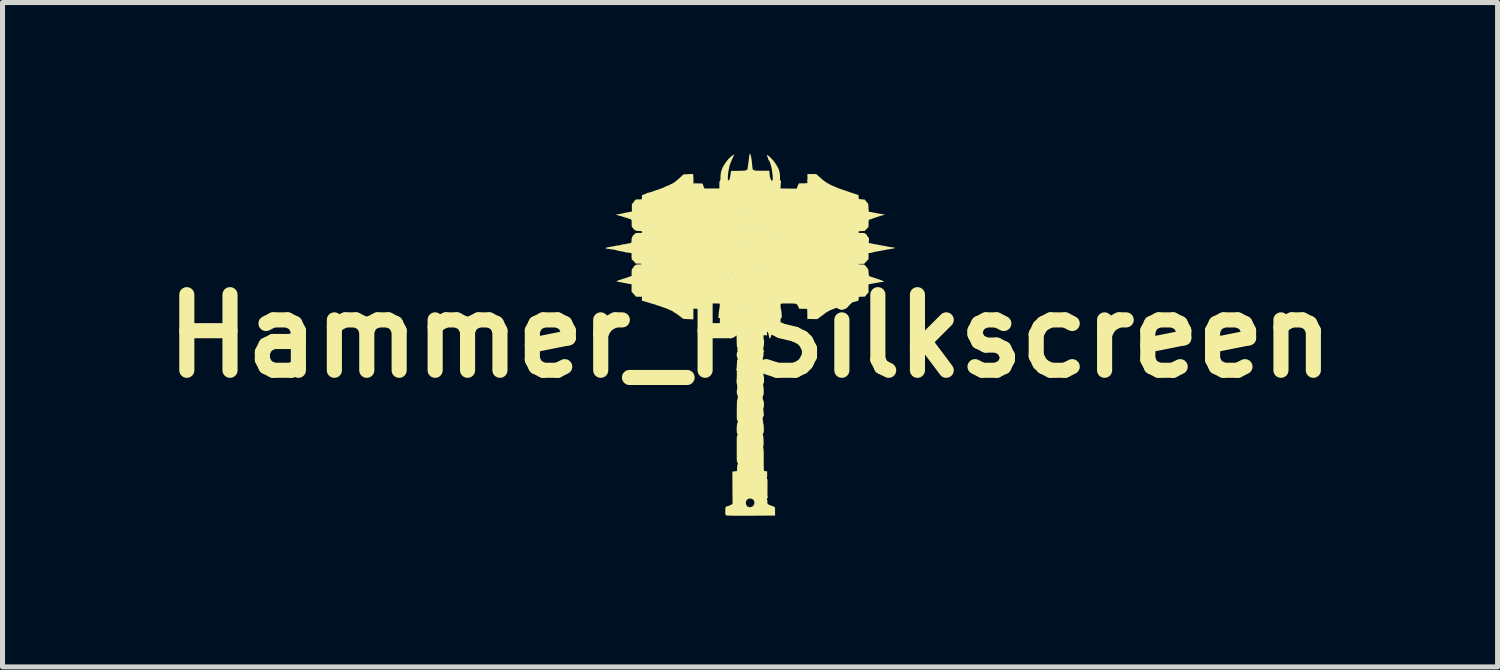
<source format=kicad_pcb>
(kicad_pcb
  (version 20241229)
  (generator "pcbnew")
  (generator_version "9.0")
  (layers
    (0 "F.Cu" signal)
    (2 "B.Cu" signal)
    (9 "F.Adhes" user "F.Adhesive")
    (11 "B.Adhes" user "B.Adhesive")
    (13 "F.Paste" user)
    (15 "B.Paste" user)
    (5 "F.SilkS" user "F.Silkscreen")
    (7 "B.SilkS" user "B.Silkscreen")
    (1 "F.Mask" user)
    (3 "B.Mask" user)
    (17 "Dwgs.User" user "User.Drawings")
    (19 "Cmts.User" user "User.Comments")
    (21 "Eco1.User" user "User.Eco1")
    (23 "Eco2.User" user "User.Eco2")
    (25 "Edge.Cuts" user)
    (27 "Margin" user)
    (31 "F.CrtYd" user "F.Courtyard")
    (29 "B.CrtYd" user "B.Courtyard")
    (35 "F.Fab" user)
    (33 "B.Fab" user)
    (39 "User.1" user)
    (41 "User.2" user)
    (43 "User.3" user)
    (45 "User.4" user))
  (footprint "Hammer_FSilkscreen"
    (layer "F.Cu")
    (at 11.836 3.62)
    (property "Reference" "Hammer_FSilkscreen" (at 0 0 0) (layer "F.SilkS") (effects (font (size 1.5 1.5) (thickness 0.3))))
    (attr board_only exclude_from_pos_files exclude_from_bom)
    (fp_poly (pts (xy -2.492 -2.348) (xy -2.496 -2.344) (xy -2.5 -2.348) (xy -2.496 -2.352)) (stroke (width 0) (type solid)) (fill yes) (layer "F.SilkS"))
    (fp_poly (pts (xy -2.328 -0.84) (xy -2.332 -0.836) (xy -2.336 -0.84) (xy -2.332 -0.844)) (stroke (width 0) (type solid)) (fill yes) (layer "F.SilkS"))
    (fp_poly (pts (xy -0.906 -2.973) (xy -0.91 -2.969) (xy -0.914 -2.973) (xy -0.91 -2.977)) (stroke (width 0) (type solid)) (fill yes) (layer "F.SilkS"))
    (fp_poly (pts (xy -0.391 -3.317) (xy -0.395 -3.313) (xy -0.398 -3.317) (xy -0.395 -3.321)) (stroke (width 0) (type solid)) (fill yes) (layer "F.SilkS"))
    (fp_poly (pts (xy 0.07 3.278) (xy 0.066 3.281) (xy 0.063 3.278) (xy 0.066 3.274)) (stroke (width 0) (type solid)) (fill yes) (layer "F.SilkS"))
    (fp_poly (pts (xy 0.07 3.356) (xy 0.066 3.36) (xy 0.063 3.356) (xy 0.066 3.352)) (stroke (width 0) (type solid)) (fill yes) (layer "F.SilkS"))
    (fp_poly (pts (xy 0.281 1.692) (xy 0.277 1.695) (xy 0.273 1.692) (xy 0.277 1.688)) (stroke (width 0) (type solid)) (fill yes) (layer "F.SilkS"))
    (fp_poly (pts (xy 0.484 -3.488) (xy 0.48 -3.485) (xy 0.477 -3.488) (xy 0.48 -3.492)) (stroke (width 0) (type solid)) (fill yes) (layer "F.SilkS"))
    (fp_poly (pts (xy 1.149 -0.324) (xy 1.145 -0.32) (xy 1.141 -0.324) (xy 1.145 -0.328)) (stroke (width 0) (type solid)) (fill yes) (layer "F.SilkS"))
    (fp_poly (pts (xy 1.414 -3.145) (xy 1.41 -3.141) (xy 1.406 -3.145) (xy 1.41 -3.149)) (stroke (width 0) (type solid)) (fill yes) (layer "F.SilkS"))
    (fp_poly (pts (xy 1.602 -3.012) (xy 1.598 -3.008) (xy 1.594 -3.012) (xy 1.598 -3.016)) (stroke (width 0) (type solid)) (fill yes) (layer "F.SilkS"))
    (fp_poly (pts (xy 1.734 -2.957) (xy 1.731 -2.953) (xy 1.727 -2.957) (xy 1.731 -2.961)) (stroke (width 0) (type solid)) (fill yes) (layer "F.SilkS"))
    (fp_poly (pts (xy 1.906 -2.895) (xy 1.902 -2.891) (xy 1.899 -2.895) (xy 1.902 -2.899)) (stroke (width 0) (type solid)) (fill yes) (layer "F.SilkS"))
    (fp_poly (pts (xy 2.61 -2.379) (xy 2.606 -2.375) (xy 2.602 -2.379) (xy 2.606 -2.383)) (stroke (width 0) (type solid)) (fill yes) (layer "F.SilkS"))
    (fp_poly (pts (xy 0.279 0.276) (xy 0.28 0.285) (xy 0.279 0.286) (xy 0.274 0.285) (xy 0.273 0.281) (xy 0.276 0.275)) (stroke (width 0) (type solid)) (fill yes) (layer "F.SilkS"))
    (fp_poly (pts (xy 1.122 -0.529) (xy 1.123 -0.519) (xy 1.122 -0.518) (xy 1.118 -0.519) (xy 1.117 -0.523) (xy 1.12 -0.53)) (stroke (width 0) (type solid)) (fill yes) (layer "F.SilkS"))
    (fp_poly (pts (xy 1.669 -2.99) (xy 1.668 -2.985) (xy 1.664 -2.985) (xy 1.658 -2.987) (xy 1.659 -2.99) (xy 1.668 -2.991)) (stroke (width 0) (type solid)) (fill yes) (layer "F.SilkS"))
    (fp_poly (pts (xy 2.365 -2.607) (xy 2.366 -2.598) (xy 2.365 -2.597) (xy 2.36 -2.598) (xy 2.36 -2.602) (xy 2.362 -2.608)) (stroke (width 0) (type solid)) (fill yes) (layer "F.SilkS"))
    (fp_poly (pts (xy 0.004 -3.612) (xy 0.013 -3.592) (xy 0.021 -3.556) (xy 0.029 -3.507) (xy 0.037 -3.443) (xy 0.042 -3.396) (xy 0.046 -3.356) (xy 0.049 -3.329) (xy 0.053 -3.312) (xy 0.057 -3.304) (xy 0.063 -3.3) (xy 0.068 -3.298) (xy 0.082 -3.294) (xy 0.086 -3.289) (xy 0.093 -3.286) (xy 0.115 -3.284) (xy 0.147 -3.283) (xy 0.19 -3.282) (xy 0.234 -3.281) (xy 0.382 -3.281) (xy 0.387 -3.221) (xy 0.392 -3.174) (xy 0.401 -3.138) (xy 0.414 -3.108) (xy 0.421 -3.095) (xy 0.43 -3.083) (xy 0.436 -3.083) (xy 0.443 -3.091) (xy 0.448 -3.101) (xy 0.45 -3.116) (xy 0.45 -3.14) (xy 0.448 -3.172) (xy 0.444 -3.217) (xy 0.437 -3.274) (xy 0.437 -3.278) (xy 0.43 -3.318) (xy 0.421 -3.36) (xy 0.41 -3.4) (xy 0.398 -3.437) (xy 0.386 -3.466) (xy 0.375 -3.486) (xy 0.367 -3.492) (xy 0.362 -3.497) (xy 0.363 -3.499) (xy 0.362 -3.51) (xy 0.356 -3.529) (xy 0.347 -3.551) (xy 0.336 -3.58) (xy 0.331 -3.596) (xy 0.334 -3.6) (xy 0.344 -3.59) (xy 0.356 -3.58) (xy 0.362 -3.578) (xy 0.374 -3.572) (xy 0.392 -3.556) (xy 0.415 -3.533) (xy 0.441 -3.505) (xy 0.467 -3.474) (xy 0.49 -3.444) (xy 0.505 -3.422) (xy 0.539 -3.368) (xy 0.563 -3.322) (xy 0.579 -3.279) (xy 0.589 -3.236) (xy 0.593 -3.188) (xy 0.594 -3.159) (xy 0.594 -3.122) (xy 0.595 -3.099) (xy 0.598 -3.087) (xy 0.602 -3.083) (xy 0.605 -3.083) (xy 0.613 -3.083) (xy 0.614 -3.072) (xy 0.614 -3.065) (xy 0.611 -3.046) (xy 0.609 -3.018) (xy 0.607 -2.987) (xy 0.603 -2.93) (xy 0.762 -2.928) (xy 0.921 -2.926) (xy 0.946 -2.979) (xy 0.966 -3.024) (xy 1.133 -3.024) (xy 1.136 -3.017) (xy 1.138 -3.018) (xy 1.139 -3.028) (xy 1.138 -3.029) (xy 1.133 -3.028) (xy 1.133 -3.024) (xy 0.966 -3.024) (xy 0.97 -3.031) (xy 1.046 -3.031) (xy 1.087 -3.032) (xy 1.116 -3.035) (xy 1.131 -3.04) (xy 1.131 -3.041) (xy 1.139 -3.055) (xy 1.14 -3.069) (xy 1.134 -3.078) (xy 1.131 -3.078) (xy 1.125 -3.08) (xy 1.131 -3.085) (xy 1.136 -3.096) (xy 1.139 -3.12) (xy 1.139 -3.153) (xy 1.137 -3.215) (xy 1.225 -3.215) (xy 1.313 -3.215) (xy 1.342 -3.189) (xy 1.388 -3.148) (xy 1.425 -3.116) (xy 1.455 -3.091) (xy 1.48 -3.072) (xy 1.503 -3.056) (xy 1.509 -3.052) (xy 1.533 -3.038) (xy 1.551 -3.027) (xy 1.56 -3.024) (xy 1.569 -3.019) (xy 1.578 -3.013) (xy 1.591 -3.004) (xy 1.614 -2.993) (xy 1.641 -2.981) (xy 1.669 -2.97) (xy 1.693 -2.96) (xy 1.707 -2.953) (xy 1.725 -2.946) (xy 1.754 -2.935) (xy 1.792 -2.921) (xy 1.837 -2.905) (xy 1.883 -2.889) (xy 1.93 -2.873) (xy 1.973 -2.858) (xy 2.011 -2.845) (xy 2.039 -2.836) (xy 2.051 -2.833) (xy 2.065 -2.828) (xy 2.07 -2.826) (xy 2.085 -2.821) (xy 2.107 -2.813) (xy 2.117 -2.81) (xy 2.152 -2.799) (xy 2.155 -2.755) (xy 2.157 -2.731) (xy 2.162 -2.715) (xy 2.165 -2.711) (xy 2.169 -2.716) (xy 2.168 -2.718) (xy 2.171 -2.722) (xy 2.187 -2.719) (xy 2.189 -2.718) (xy 2.214 -2.714) (xy 2.243 -2.711) (xy 2.248 -2.711) (xy 2.268 -2.71) (xy 2.28 -2.707) (xy 2.282 -2.705) (xy 2.283 -2.7) (xy 2.29 -2.691) (xy 2.303 -2.675) (xy 2.324 -2.65) (xy 2.338 -2.633) (xy 2.343 -2.619) (xy 2.347 -2.593) (xy 2.35 -2.556) (xy 2.35 -2.545) (xy 2.352 -2.513) (xy 2.354 -2.487) (xy 2.356 -2.472) (xy 2.357 -2.469) (xy 2.366 -2.467) (xy 2.387 -2.464) (xy 2.416 -2.458) (xy 2.436 -2.454) (xy 2.472 -2.447) (xy 2.504 -2.44) (xy 2.528 -2.436) (xy 2.535 -2.434) (xy 2.576 -2.428) (xy 2.613 -2.422) (xy 2.643 -2.417) (xy 2.662 -2.415) (xy 2.668 -2.414) (xy 2.672 -2.412) (xy 2.664 -2.407) (xy 2.648 -2.402) (xy 2.629 -2.396) (xy 2.622 -2.395) (xy 2.599 -2.39) (xy 2.581 -2.384) (xy 2.579 -2.383) (xy 2.566 -2.378) (xy 2.543 -2.37) (xy 2.512 -2.36) (xy 2.496 -2.355) (xy 2.465 -2.344) (xy 2.44 -2.336) (xy 2.425 -2.33) (xy 2.422 -2.328) (xy 2.412 -2.324) (xy 2.403 -2.322) (xy 2.38 -2.317) (xy 2.365 -2.31) (xy 2.356 -2.298) (xy 2.352 -2.277) (xy 2.352 -2.245) (xy 2.351 -2.237) (xy 2.351 -2.168) (xy 2.314 -2.127) (xy 2.277 -2.087) (xy 2.215 -2.084) (xy 2.184 -2.082) (xy 2.165 -2.08) (xy 2.156 -2.076) (xy 2.152 -2.069) (xy 2.152 -2.064) (xy 2.152 -2.056) (xy 2.157 -2.051) (xy 2.168 -2.048) (xy 2.19 -2.047) (xy 2.216 -2.047) (xy 2.249 -2.046) (xy 2.271 -2.044) (xy 2.281 -2.04) (xy 2.281 -2.039) (xy 2.288 -2.03) (xy 2.301 -2.022) (xy 2.314 -2.013) (xy 2.317 -2.004) (xy 2.32 -1.993) (xy 2.332 -1.977) (xy 2.337 -1.972) (xy 2.35 -1.959) (xy 2.356 -1.946) (xy 2.359 -1.928) (xy 2.358 -1.901) (xy 2.358 -1.899) (xy 2.356 -1.849) (xy 2.383 -1.842) (xy 2.401 -1.839) (xy 2.43 -1.833) (xy 2.467 -1.826) (xy 2.509 -1.818) (xy 2.52 -1.816) (xy 2.568 -1.807) (xy 2.619 -1.798) (xy 2.668 -1.789) (xy 2.707 -1.781) (xy 2.707 -1.781) (xy 2.746 -1.774) (xy 2.786 -1.767) (xy 2.819 -1.762) (xy 2.83 -1.761) (xy 2.855 -1.757) (xy 2.873 -1.753) (xy 2.879 -1.75) (xy 2.874 -1.746) (xy 2.856 -1.741) (xy 2.83 -1.736) (xy 2.822 -1.735) (xy 2.792 -1.729) (xy 2.751 -1.722) (xy 2.704 -1.714) (xy 2.657 -1.705) (xy 2.649 -1.703) (xy 2.588 -1.692) (xy 2.542 -1.683) (xy 2.508 -1.677) (xy 2.485 -1.673) (xy 2.473 -1.671) (xy 2.461 -1.668) (xy 2.441 -1.663) (xy 2.43 -1.659) (xy 2.403 -1.653) (xy 2.379 -1.649) (xy 2.373 -1.649) (xy 2.352 -1.649) (xy 2.351 -1.588) (xy 2.351 -1.527) (xy 2.306 -1.48) (xy 2.262 -1.433) (xy 2.205 -1.433) (xy 2.178 -1.433) (xy 2.158 -1.431) (xy 2.149 -1.428) (xy 2.149 -1.428) (xy 2.156 -1.425) (xy 2.175 -1.423) (xy 2.202 -1.422) (xy 2.207 -1.422) (xy 2.238 -1.422) (xy 2.257 -1.42) (xy 2.27 -1.414) (xy 2.282 -1.404) (xy 2.291 -1.393) (xy 2.318 -1.362) (xy 2.336 -1.337) (xy 2.346 -1.314) (xy 2.351 -1.289) (xy 2.352 -1.26) (xy 2.353 -1.228) (xy 2.356 -1.208) (xy 2.363 -1.195) (xy 2.366 -1.193) (xy 2.38 -1.183) (xy 2.387 -1.18) (xy 2.399 -1.178) (xy 2.421 -1.171) (xy 2.452 -1.161) (xy 2.487 -1.149) (xy 2.526 -1.136) (xy 2.564 -1.123) (xy 2.599 -1.11) (xy 2.629 -1.099) (xy 2.65 -1.09) (xy 2.659 -1.085) (xy 2.66 -1.085) (xy 2.65 -1.08) (xy 2.631 -1.076) (xy 2.619 -1.074) (xy 2.585 -1.069) (xy 2.546 -1.063) (xy 2.504 -1.056) (xy 2.462 -1.048) (xy 2.423 -1.041) (xy 2.39 -1.035) (xy 2.366 -1.03) (xy 2.353 -1.027) (xy 2.352 -1.027) (xy 2.351 -1.017) (xy 2.35 -0.996) (xy 2.35 -0.967) (xy 2.35 -0.947) (xy 2.353 -0.871) (xy 2.315 -0.827) (xy 2.277 -0.782) (xy 2.217 -0.782) (xy 2.185 -0.781) (xy 2.166 -0.778) (xy 2.157 -0.772) (xy 2.155 -0.761) (xy 2.156 -0.754) (xy 2.156 -0.742) (xy 2.153 -0.722) (xy 2.153 -0.721) (xy 2.146 -0.702) (xy 2.135 -0.696) (xy 2.131 -0.695) (xy 2.115 -0.693) (xy 2.088 -0.686) (xy 2.05 -0.675) (xy 2.005 -0.661) (xy 1.954 -0.644) (xy 1.899 -0.626) (xy 1.842 -0.607) (xy 1.786 -0.587) (xy 1.731 -0.567) (xy 1.682 -0.549) (xy 1.638 -0.532) (xy 1.603 -0.518) (xy 1.578 -0.507) (xy 1.565 -0.5) (xy 1.564 -0.498) (xy 1.555 -0.493) (xy 1.552 -0.492) (xy 1.542 -0.488) (xy 1.522 -0.476) (xy 1.497 -0.458) (xy 1.477 -0.443) (xy 1.444 -0.419) (xy 1.411 -0.394) (xy 1.383 -0.373) (xy 1.372 -0.365) (xy 1.333 -0.336) (xy 1.235 -0.338) (xy 1.137 -0.34) (xy 1.136 -0.441) (xy 1.134 -0.542) (xy 1.055 -0.542) (xy 0.976 -0.541) (xy 0.955 -0.587) (xy 0.939 -0.616) (xy 0.925 -0.633) (xy 0.911 -0.641) (xy 0.896 -0.643) (xy 0.869 -0.645) (xy 0.833 -0.647) (xy 0.792 -0.648) (xy 0.749 -0.648) (xy 0.707 -0.648) (xy 0.669 -0.647) (xy 0.638 -0.646) (xy 0.617 -0.644) (xy 0.611 -0.642) (xy 0.606 -0.631) (xy 0.605 -0.609) (xy 0.606 -0.581) (xy 0.609 -0.551) (xy 0.615 -0.524) (xy 0.617 -0.516) (xy 0.621 -0.499) (xy 0.624 -0.472) (xy 0.626 -0.439) (xy 0.627 -0.428) (xy 0.628 -0.395) (xy 0.627 -0.374) (xy 0.625 -0.363) (xy 0.619 -0.358) (xy 0.617 -0.357) (xy 0.61 -0.354) (xy 0.607 -0.345) (xy 0.604 -0.329) (xy 0.604 -0.303) (xy 0.604 -0.27) (xy 0.603 -0.236) (xy 0.603 -0.208) (xy 0.602 -0.19) (xy 0.601 -0.184) (xy 0.592 -0.181) (xy 0.573 -0.178) (xy 0.565 -0.178) (xy 0.546 -0.176) (xy 0.535 -0.179) (xy 0.528 -0.188) (xy 0.523 -0.208) (xy 0.519 -0.232) (xy 0.514 -0.254) (xy 0.508 -0.26) (xy 0.501 -0.251) (xy 0.492 -0.228) (xy 0.485 -0.205) (xy 0.477 -0.186) (xy 0.477 -0.184) (xy 0.472 -0.171) (xy 0.464 -0.146) (xy 0.453 -0.113) (xy 0.44 -0.073) (xy 0.433 -0.051) (xy 0.419 -0.005) (xy 0.407 0.027) (xy 0.399 0.046) (xy 0.392 0.051) (xy 0.386 0.045) (xy 0.381 0.028) (xy 0.375 0.002) (xy 0.369 -0.024) (xy 0.361 -0.059) (xy 0.353 -0.094) (xy 0.352 -0.098) (xy 0.345 -0.127) (xy 0.34 -0.142) (xy 0.338 -0.145) (xy 0.336 -0.137) (xy 0.336 -0.129) (xy 0.335 -0.102) (xy 0.336 -0.069) (xy 0.336 -0.057) (xy 0.337 -0.016) (xy 0.301 -0.016) (xy 0.266 -0.016) (xy 0.266 0.023) (xy 0.267 0.046) (xy 0.269 0.06) (xy 0.272 0.063) (xy 0.275 0.07) (xy 0.277 0.088) (xy 0.277 0.114) (xy 0.277 0.142) (xy 0.275 0.17) (xy 0.273 0.191) (xy 0.269 0.204) (xy 0.269 0.204) (xy 0.265 0.216) (xy 0.264 0.236) (xy 0.264 0.259) (xy 0.266 0.28) (xy 0.269 0.296) (xy 0.274 0.301) (xy 0.274 0.3) (xy 0.281 0.302) (xy 0.281 0.304) (xy 0.275 0.312) (xy 0.273 0.313) (xy 0.268 0.32) (xy 0.266 0.341) (xy 0.267 0.354) (xy 0.266 0.383) (xy 0.261 0.407) (xy 0.259 0.413) (xy 0.253 0.435) (xy 0.253 0.464) (xy 0.259 0.493) (xy 0.268 0.512) (xy 0.273 0.525) (xy 0.275 0.55) (xy 0.276 0.582) (xy 0.275 0.616) (xy 0.272 0.647) (xy 0.269 0.672) (xy 0.264 0.686) (xy 0.261 0.698) (xy 0.26 0.72) (xy 0.262 0.746) (xy 0.265 0.771) (xy 0.27 0.789) (xy 0.272 0.793) (xy 0.274 0.804) (xy 0.276 0.826) (xy 0.277 0.856) (xy 0.277 0.869) (xy 0.277 0.904) (xy 0.275 0.925) (xy 0.271 0.935) (xy 0.267 0.938) (xy 0.261 0.941) (xy 0.259 0.955) (xy 0.261 0.975) (xy 0.267 1.028) (xy 0.271 1.077) (xy 0.271 1.117) (xy 0.269 1.148) (xy 0.265 1.165) (xy 0.251 1.204) (xy 0.249 1.241) (xy 0.26 1.271) (xy 0.269 1.291) (xy 0.274 1.317) (xy 0.275 1.353) (xy 0.275 1.356) (xy 0.274 1.386) (xy 0.271 1.41) (xy 0.267 1.424) (xy 0.267 1.425) (xy 0.261 1.44) (xy 0.262 1.454) (xy 0.264 1.471) (xy 0.268 1.498) (xy 0.27 1.529) (xy 0.27 1.53) (xy 0.272 1.561) (xy 0.272 1.58) (xy 0.268 1.591) (xy 0.262 1.596) (xy 0.252 1.611) (xy 0.25 1.621) (xy 0.253 1.672) (xy 0.258 1.711) (xy 0.263 1.74) (xy 0.265 1.747) (xy 0.269 1.768) (xy 0.271 1.797) (xy 0.273 1.83) (xy 0.273 1.862) (xy 0.272 1.89) (xy 0.27 1.91) (xy 0.267 1.918) (xy 0.259 1.928) (xy 0.254 1.945) (xy 0.253 1.961) (xy 0.256 1.968) (xy 0.26 1.978) (xy 0.263 2) (xy 0.266 2.03) (xy 0.267 2.065) (xy 0.268 2.102) (xy 0.268 2.137) (xy 0.266 2.165) (xy 0.264 2.185) (xy 0.262 2.19) (xy 0.257 2.209) (xy 0.263 2.227) (xy 0.266 2.239) (xy 0.268 2.263) (xy 0.27 2.299) (xy 0.271 2.348) (xy 0.271 2.411) (xy 0.271 2.455) (xy 0.271 2.511) (xy 0.271 2.56) (xy 0.272 2.603) (xy 0.273 2.635) (xy 0.274 2.657) (xy 0.276 2.664) (xy 0.276 2.664) (xy 0.279 2.669) (xy 0.278 2.672) (xy 0.282 2.677) (xy 0.297 2.68) (xy 0.306 2.681) (xy 0.339 2.684) (xy 0.339 2.748) (xy 0.339 2.781) (xy 0.337 2.801) (xy 0.333 2.811) (xy 0.329 2.813) (xy 0.324 2.815) (xy 0.332 2.824) (xy 0.333 2.824) (xy 0.337 2.828) (xy 0.341 2.834) (xy 0.344 2.845) (xy 0.345 2.861) (xy 0.346 2.885) (xy 0.346 2.919) (xy 0.346 2.964) (xy 0.345 3.015) (xy 0.345 3.081) (xy 0.345 3.131) (xy 0.346 3.167) (xy 0.348 3.188) (xy 0.351 3.195) (xy 0.351 3.196) (xy 0.359 3.201) (xy 0.359 3.203) (xy 0.355 3.21) (xy 0.354 3.21) (xy 0.338 3.21) (xy 0.333 3.219) (xy 0.337 3.236) (xy 0.341 3.261) (xy 0.344 3.29) (xy 0.344 3.298) (xy 0.344 3.313) (xy 0.346 3.325) (xy 0.352 3.334) (xy 0.365 3.342) (xy 0.386 3.352) (xy 0.419 3.364) (xy 0.439 3.372) (xy 0.464 3.381) (xy 0.48 3.389) (xy 0.49 3.399) (xy 0.495 3.415) (xy 0.496 3.439) (xy 0.496 3.475) (xy 0.496 3.479) (xy 0.496 3.562) (xy 0.164 3.564) (xy 0.086 3.565) (xy 0.006 3.565) (xy -0.072 3.565) (xy -0.146 3.565) (xy -0.214 3.565) (xy -0.272 3.565) (xy -0.318 3.565) (xy -0.324 3.565) (xy -0.383 3.563) (xy -0.427 3.562) (xy -0.458 3.56) (xy -0.477 3.557) (xy -0.486 3.553) (xy -0.486 3.553) (xy -0.489 3.541) (xy -0.491 3.518) (xy -0.492 3.487) (xy -0.492 3.471) (xy -0.492 3.435) (xy -0.49 3.412) (xy -0.486 3.399) (xy -0.481 3.394) (xy -0.473 3.386) (xy -0.474 3.381) (xy -0.472 3.377) (xy -0.464 3.378) (xy -0.45 3.377) (xy -0.426 3.369) (xy -0.398 3.357) (xy -0.348 3.332) (xy -0.348 3.325) (xy -0.083 3.325) (xy -0.076 3.351) (xy -0.068 3.363) (xy -0.056 3.377) (xy -0.052 3.385) (xy -0.047 3.39) (xy -0.04 3.383) (xy -0.033 3.376) (xy -0.031 3.383) (xy -0.031 3.386) (xy -0.029 3.395) (xy -0.021 3.398) (xy -0.003 3.397) (xy 0.004 3.396) (xy 0.036 3.387) (xy 0.06 3.372) (xy 0.077 3.347) (xy 0.085 3.315) (xy 0.083 3.283) (xy 0.071 3.256) (xy 0.045 3.234) (xy 0.013 3.224) (xy -0.019 3.225) (xy -0.048 3.237) (xy -0.071 3.261) (xy -0.075 3.266) (xy -0.083 3.294) (xy -0.083 3.325) (xy -0.348 3.325) (xy -0.35 3.01) (xy -0.351 2.778) (xy 0.289 2.778) (xy 0.293 2.781) (xy 0.297 2.778) (xy 0.293 2.774) (xy 0.289 2.778) (xy -0.351 2.778) (xy -0.351 2.762) (xy 0.313 2.762) (xy 0.316 2.766) (xy 0.32 2.762) (xy 0.316 2.758) (xy 0.313 2.762) (xy -0.351 2.762) (xy -0.352 2.688) (xy -0.33 2.687) (xy -0.311 2.685) (xy -0.301 2.684) (xy -0.287 2.682) (xy -0.275 2.681) (xy -0.265 2.679) (xy -0.259 2.672) (xy -0.258 2.656) (xy -0.258 2.639) (xy -0.258 2.607) (xy -0.255 2.577) (xy -0.25 2.554) (xy -0.244 2.541) (xy -0.241 2.539) (xy -0.241 2.533) (xy -0.247 2.518) (xy -0.25 2.512) (xy -0.255 2.501) (xy -0.259 2.49) (xy -0.262 2.475) (xy -0.264 2.454) (xy -0.265 2.425) (xy -0.265 2.387) (xy -0.25 2.387) (xy -0.246 2.391) (xy -0.242 2.387) (xy -0.246 2.383) (xy -0.25 2.387) (xy -0.265 2.387) (xy -0.265 2.385) (xy -0.265 2.333) (xy -0.265 2.314) (xy -0.265 2.258) (xy -0.265 2.201) (xy -0.265 2.148) (xy -0.265 2.102) (xy -0.265 2.067) (xy -0.265 2.064) (xy -0.264 2.023) (xy -0.262 1.995) (xy -0.258 1.978) (xy -0.254 1.972) (xy -0.248 1.957) (xy -0.25 1.938) (xy -0.259 1.925) (xy -0.263 1.915) (xy -0.265 1.893) (xy -0.266 1.864) (xy -0.266 1.83) (xy -0.264 1.795) (xy -0.261 1.764) (xy -0.258 1.74) (xy -0.254 1.73) (xy -0.245 1.705) (xy -0.243 1.686) (xy -0.248 1.674) (xy -0.254 1.672) (xy -0.258 1.67) (xy -0.26 1.664) (xy -0.262 1.652) (xy -0.264 1.633) (xy -0.264 1.604) (xy -0.264 1.563) (xy -0.264 1.511) (xy -0.264 1.465) (xy -0.263 1.4) (xy -0.262 1.35) (xy -0.262 1.34) (xy 0.156 1.34) (xy 0.16 1.344) (xy 0.164 1.34) (xy 0.16 1.336) (xy 0.156 1.34) (xy -0.262 1.34) (xy -0.261 1.311) (xy -0.259 1.284) (xy -0.257 1.266) (xy -0.254 1.255) (xy -0.251 1.251) (xy -0.245 1.239) (xy -0.244 1.218) (xy -0.245 1.194) (xy -0.25 1.17) (xy -0.257 1.153) (xy -0.258 1.152) (xy -0.262 1.141) (xy -0.264 1.121) (xy -0.264 1.097) (xy -0.263 1.075) (xy -0.261 1.059) (xy -0.258 1.055) (xy -0.255 1.048) (xy -0.254 1.03) (xy -0.255 1.006) (xy -0.257 0.98) (xy -0.26 0.958) (xy -0.264 0.944) (xy -0.269 0.922) (xy -0.269 0.892) (xy -0.268 0.877) (xy -0.266 0.849) (xy -0.264 0.811) (xy -0.263 0.77) (xy -0.263 0.756) (xy -0.263 0.718) (xy -0.264 0.694) (xy -0.268 0.679) (xy -0.273 0.672) (xy -0.273 0.672) (xy -0.279 0.666) (xy -0.276 0.664) (xy -0.271 0.656) (xy -0.267 0.633) (xy -0.264 0.595) (xy -0.263 0.576) (xy -0.261 0.533) (xy -0.259 0.504) (xy -0.257 0.485) (xy -0.255 0.474) (xy -0.253 0.47) (xy -0.25 0.469) (xy -0.25 0.469) (xy -0.245 0.463) (xy -0.246 0.448) (xy -0.252 0.432) (xy -0.255 0.426) (xy -0.262 0.407) (xy -0.266 0.381) (xy -0.265 0.354) (xy -0.261 0.33) (xy -0.254 0.315) (xy -0.252 0.313) (xy -0.244 0.307) (xy -0.247 0.305) (xy -0.252 0.297) (xy -0.253 0.276) (xy -0.252 0.263) (xy -0.251 0.235) (xy -0.255 0.218) (xy -0.257 0.215) (xy -0.261 0.205) (xy -0.264 0.179) (xy -0.265 0.138) (xy -0.266 0.097) (xy -0.266 0.05) (xy -0.267 0.018) (xy -0.269 -0.003) (xy -0.272 -0.013) (xy -0.275 -0.014) (xy -0.29 -0.015) (xy -0.307 -0.018) (xy -0.317 -0.021) (xy -0.323 -0.026) (xy -0.327 -0.037) (xy -0.328 -0.056) (xy -0.329 -0.087) (xy -0.329 -0.096) (xy -0.33 -0.125) (xy -0.331 -0.145) (xy -0.332 -0.154) (xy -0.333 -0.152) (xy -0.338 -0.135) (xy -0.344 -0.111) (xy -0.347 -0.102) (xy -0.354 -0.076) (xy -0.363 -0.042) (xy -0.371 -0.008) (xy -0.371 -0.006) (xy -0.378 0.022) (xy -0.385 0.044) (xy -0.39 0.054) (xy -0.39 0.055) (xy -0.395 0.048) (xy -0.403 0.03) (xy -0.412 0.004) (xy -0.413 -0.002) (xy -0.423 -0.032) (xy -0.431 -0.057) (xy -0.437 -0.073) (xy -0.437 -0.074) (xy -0.442 -0.088) (xy -0.45 -0.113) (xy -0.46 -0.145) (xy -0.467 -0.168) (xy -0.481 -0.209) (xy -0.492 -0.235) (xy -0.502 -0.246) (xy -0.509 -0.242) (xy -0.513 -0.223) (xy -0.514 -0.213) (xy -0.517 -0.18) (xy -0.555 -0.18) (xy -0.578 -0.18) (xy -0.59 -0.184) (xy -0.595 -0.194) (xy -0.598 -0.206) (xy -0.6 -0.226) (xy -0.601 -0.256) (xy -0.6 -0.29) (xy -0.6 -0.296) (xy -0.599 -0.327) (xy -0.6 -0.346) (xy -0.602 -0.356) (xy -0.608 -0.359) (xy -0.615 -0.359) (xy -0.628 -0.362) (xy -0.628 -0.363) (xy 0.344 -0.363) (xy 0.348 -0.359) (xy 0.352 -0.363) (xy 0.348 -0.367) (xy 0.344 -0.363) (xy -0.628 -0.363) (xy -0.63 -0.374) (xy -0.629 -0.377) (xy -0.627 -0.394) (xy -0.624 -0.42) (xy -0.622 -0.449) (xy -0.62 -0.476) (xy -0.618 -0.488) (xy -0.25 -0.488) (xy -0.246 -0.484) (xy -0.242 -0.488) (xy -0.246 -0.492) (xy -0.25 -0.488) (xy -0.618 -0.488) (xy -0.618 -0.496) (xy -0.617 -0.504) (xy -0.617 -0.504) (xy -0.614 -0.511) (xy -0.611 -0.529) (xy -0.608 -0.555) (xy -0.604 -0.583) (xy -0.602 -0.61) (xy -0.601 -0.631) (xy -0.601 -0.642) (xy -0.601 -0.643) (xy -0.61 -0.645) (xy -0.633 -0.646) (xy -0.666 -0.647) (xy -0.707 -0.647) (xy -0.753 -0.647) (xy -0.758 -0.647) (xy -0.909 -0.645) (xy -0.926 -0.6) (xy -0.935 -0.576) (xy -0.94 -0.559) (xy -0.941 -0.552) (xy -0.946 -0.551) (xy -0.965 -0.549) (xy -0.993 -0.546) (xy -1.021 -0.544) (xy -1.065 -0.542) (xy -1.096 -0.543) (xy -1.112 -0.546) (xy -1.115 -0.548) (xy -1.119 -0.549) (xy -1.122 -0.543) (xy -1.124 -0.528) (xy -1.125 -0.503) (xy -1.125 -0.464) (xy -1.125 -0.444) (xy -1.125 -0.332) (xy -1.226 -0.336) (xy -1.267 -0.338) (xy -1.296 -0.34) (xy -1.316 -0.342) (xy -1.331 -0.347) (xy -1.342 -0.353) (xy -1.355 -0.363) (xy -1.358 -0.366) (xy -1.385 -0.388) (xy -1.416 -0.411) (xy -1.446 -0.432) (xy -1.473 -0.451) (xy -1.493 -0.463) (xy -1.505 -0.469) (xy -1.506 -0.469) (xy -1.515 -0.473) (xy -1.516 -0.475) (xy -1.522 -0.482) (xy -1.538 -0.493) (xy -1.558 -0.504) (xy -1.577 -0.512) (xy -1.59 -0.516) (xy -1.604 -0.521) (xy -1.611 -0.526) (xy -1.623 -0.533) (xy -1.646 -0.543) (xy -1.676 -0.554) (xy -1.7 -0.562) (xy -1.733 -0.573) (xy -1.762 -0.583) (xy -1.782 -0.591) (xy -1.789 -0.594) (xy -1.805 -0.599) (xy -1.827 -0.605) (xy -1.828 -0.605) (xy -1.849 -0.611) (xy -1.863 -0.617) (xy -1.864 -0.618) (xy -1.879 -0.625) (xy -1.887 -0.627) (xy -1.901 -0.631) (xy -1.925 -0.637) (xy -1.957 -0.647) (xy -1.984 -0.655) (xy -2.022 -0.666) (xy -2.057 -0.677) (xy -2.085 -0.685) (xy -2.098 -0.689) (xy -2.12 -0.695) (xy -2.137 -0.699) (xy -2.14 -0.7) (xy -2.146 -0.708) (xy -2.148 -0.727) (xy -2.147 -0.742) (xy -2.145 -0.781) (xy -2.203 -0.781) (xy -2.262 -0.781) (xy -2.307 -0.832) (xy -2.352 -0.882) (xy -2.352 -0.956) (xy -2.352 -1.029) (xy -2.381 -1.034) (xy -2.41 -1.038) (xy -2.44 -1.043) (xy -2.442 -1.043) (xy -2.469 -1.048) (xy -2.494 -1.054) (xy -2.496 -1.054) (xy -2.516 -1.059) (xy -2.544 -1.064) (xy -2.577 -1.07) (xy -2.578 -1.07) (xy -2.615 -1.076) (xy -2.638 -1.082) (xy -2.648 -1.087) (xy -2.645 -1.093) (xy -2.628 -1.101) (xy -2.596 -1.112) (xy -2.558 -1.124) (xy -2.516 -1.137) (xy -2.516 -1.137) (xy -0.43 -1.137) (xy -0.426 -1.133) (xy -0.422 -1.137) (xy -0.426 -1.141) (xy -0.43 -1.137) (xy -2.516 -1.137) (xy -2.478 -1.149) (xy -2.447 -1.159) (xy -2.426 -1.167) (xy -2.422 -1.168) (xy -2.393 -1.179) (xy -2.375 -1.186) (xy -2.364 -1.189) (xy -2.359 -1.189) (xy -2.358 -1.189) (xy -2.354 -1.189) (xy -2.352 -1.193) (xy -2.351 -1.204) (xy -2.351 -1.225) (xy -2.351 -1.254) (xy -0.375 -1.254) (xy -0.371 -1.25) (xy -0.367 -1.254) (xy -0.371 -1.258) (xy -0.375 -1.254) (xy -2.351 -1.254) (xy -2.352 -1.259) (xy -2.352 -1.263) (xy -2.351 -1.296) (xy -2.348 -1.318) (xy -2.341 -1.33) (xy -2.34 -1.331) (xy -2.331 -1.343) (xy -2.328 -1.35) (xy -2.322 -1.359) (xy -2.316 -1.363) (xy -2.307 -1.372) (xy -2.308 -1.379) (xy -2.307 -1.389) (xy -2.302 -1.391) (xy -2.289 -1.396) (xy -2.277 -1.406) (xy -2.267 -1.415) (xy -2.257 -1.418) (xy 0.242 -1.418) (xy 0.246 -1.414) (xy 0.25 -1.418) (xy 0.246 -1.422) (xy 0.242 -1.418) (xy -2.257 -1.418) (xy -2.252 -1.42) (xy -2.229 -1.422) (xy -2.206 -1.422) (xy -2.177 -1.423) (xy -2.157 -1.426) (xy -2.149 -1.43) (xy -2.149 -1.43) (xy -2.156 -1.434) (xy -2.176 -1.437) (xy -2.204 -1.438) (xy -2.209 -1.438) (xy -2.27 -1.439) (xy -2.297 -1.473) (xy -2.315 -1.493) (xy -2.331 -1.507) (xy -2.338 -1.512) (xy -2.345 -1.517) (xy -2.349 -1.527) (xy -2.351 -1.546) (xy -2.352 -1.578) (xy -2.352 -1.582) (xy -2.352 -1.647) (xy -2.393 -1.653) (xy -2.42 -1.657) (xy -2.445 -1.659) (xy -2.454 -1.66) (xy -2.472 -1.663) (xy -2.481 -1.666) (xy -2.492 -1.669) (xy -2.514 -1.674) (xy -2.543 -1.68) (xy -2.56 -1.683) (xy -2.594 -1.689) (xy -2.625 -1.696) (xy -2.648 -1.702) (xy -2.653 -1.704) (xy -2.676 -1.71) (xy -2.703 -1.715) (xy -2.707 -1.716) (xy -2.741 -1.72) (xy -2.777 -1.725) (xy -2.812 -1.731) (xy -2.841 -1.735) (xy -2.856 -1.738) (xy -2.633 -1.738) (xy -2.629 -1.734) (xy -2.625 -1.738) (xy -2.629 -1.742) (xy -2.633 -1.738) (xy -2.856 -1.738) (xy -2.86 -1.739) (xy -2.862 -1.74) (xy -2.872 -1.744) (xy -2.868 -1.75) (xy -2.851 -1.756) (xy -2.819 -1.763) (xy -2.785 -1.769) (xy -2.781 -1.77) (xy -0.008 -1.77) (xy -0.004 -1.766) (xy 0 -1.77) (xy -0.004 -1.774) (xy -0.008 -1.77) (xy -2.781 -1.77) (xy -2.749 -1.775) (xy -2.715 -1.782) (xy -2.689 -1.787) (xy -2.68 -1.789) (xy -2.657 -1.794) (xy -2.626 -1.799) (xy -2.604 -1.801) (xy -2.577 -1.805) (xy -2.558 -1.81) (xy -2.55 -1.814) (xy -2.54 -1.819) (xy -2.524 -1.82) (xy -2.505 -1.822) (xy -2.477 -1.826) (xy -2.445 -1.833) (xy -2.444 -1.833) (xy -2.415 -1.839) (xy -2.39 -1.844) (xy -2.376 -1.846) (xy -2.375 -1.847) (xy -2.363 -1.851) (xy -2.356 -1.863) (xy -2.352 -1.885) (xy -2.352 -1.907) (xy -2.349 -1.941) (xy -2.341 -1.964) (xy -2.336 -1.971) (xy -2.327 -1.985) (xy -2.326 -1.995) (xy -2.326 -1.995) (xy -2.325 -2) (xy -2.321 -2) (xy -2.31 -2.006) (xy -2.296 -2.019) (xy -2.295 -2.02) (xy 0.539 -2.02) (xy 0.543 -2.016) (xy 0.547 -2.02) (xy 0.543 -2.024) (xy 0.539 -2.02) (xy -2.295 -2.02) (xy -2.292 -2.024) (xy -2.282 -2.035) (xy -2.271 -2.042) (xy -2.257 -2.045) (xy -2.234 -2.047) (xy -2.206 -2.047) (xy -2.173 -2.047) (xy -2.154 -2.049) (xy -2.145 -2.052) (xy -2.143 -2.057) (xy -2.144 -2.059) (xy -2.148 -2.074) (xy -2.149 -2.079) (xy -2.156 -2.082) (xy -2.175 -2.085) (xy -2.202 -2.086) (xy -2.207 -2.086) (xy -2.24 -2.087) (xy -2.26 -2.09) (xy -2.266 -2.095) (xy -2.271 -2.101) (xy -2.276 -2.1) (xy -2.286 -2.103) (xy -2.3 -2.113) (xy -2.314 -2.126) (xy -2.322 -2.138) (xy -2.322 -2.141) (xy -2.327 -2.146) (xy -2.334 -2.15) (xy -2.343 -2.154) (xy -2.336 -2.156) (xy -2.329 -2.158) (xy -2.336 -2.164) (xy -2.338 -2.165) (xy -2.345 -2.171) (xy -2.349 -2.183) (xy -2.349 -2.192) (xy 0.055 -2.192) (xy 0.059 -2.188) (xy 0.063 -2.192) (xy 0.059 -2.195) (xy 0.055 -2.192) (xy -2.349 -2.192) (xy -2.35 -2.199) (xy -0.078 -2.199) (xy -0.074 -2.195) (xy -0.07 -2.199) (xy -0.074 -2.203) (xy -0.078 -2.199) (xy -2.35 -2.199) (xy -2.35 -2.203) (xy -2.35 -2.235) (xy -2.35 -2.239) (xy -2.35 -2.27) (xy -2.352 -2.295) (xy -2.355 -2.309) (xy -2.356 -2.311) (xy -2.366 -2.316) (xy -2.388 -2.324) (xy -2.418 -2.335) (xy -2.445 -2.344) (xy -2.48 -2.355) (xy -2.51 -2.364) (xy -2.531 -2.371) (xy -2.539 -2.374) (xy -2.554 -2.378) (xy -2.569 -2.383) (xy -2.589 -2.388) (xy -2.602 -2.391) (xy -2.632 -2.399) (xy -2.649 -2.404) (xy -2.654 -2.408) (xy -2.651 -2.412) (xy -2.645 -2.415) (xy -2.625 -2.419) (xy -2.605 -2.421) (xy -2.585 -2.424) (xy -2.573 -2.426) (xy -0.188 -2.426) (xy -0.184 -2.422) (xy -0.18 -2.426) (xy -0.184 -2.43) (xy -0.188 -2.426) (xy -2.573 -2.426) (xy -2.557 -2.429) (xy -2.525 -2.436) (xy -2.523 -2.437) (xy -2.484 -2.446) (xy -2.439 -2.455) (xy -2.405 -2.461) (xy -2.345 -2.472) (xy -2.346 -2.544) (xy -2.346 -2.616) (xy -2.314 -2.656) (xy -2.297 -2.678) (xy -2.285 -2.696) (xy -2.28 -2.705) (xy -2.271 -2.709) (xy -2.249 -2.712) (xy -2.216 -2.713) (xy -2.213 -2.713) (xy -2.149 -2.714) (xy -2.147 -2.742) (xy -2.147 -2.764) (xy -2.147 -2.78) (xy -2.147 -2.781) (xy -2.145 -2.791) (xy -2.137 -2.799) (xy -2.12 -2.807) (xy -2.091 -2.817) (xy -2.088 -2.817) (xy -2.065 -2.826) (xy -2.051 -2.833) (xy -2.047 -2.837) (xy -2.04 -2.842) (xy -2.029 -2.844) (xy -2.01 -2.847) (xy -1.983 -2.853) (xy -1.952 -2.863) (xy -1.925 -2.873) (xy -1.918 -2.876) (xy -1.901 -2.883) (xy -1.877 -2.891) (xy -1.867 -2.894) (xy -1.826 -2.907) (xy -1.785 -2.922) (xy -1.748 -2.935) (xy -1.718 -2.948) (xy -1.7 -2.957) (xy -1.698 -2.958) (xy -1.68 -2.966) (xy -1.668 -2.969) (xy -1.66 -2.973) (xy -1.661 -2.978) (xy -1.662 -2.983) (xy -1.659 -2.982) (xy -1.648 -2.982) (xy -1.629 -2.986) (xy -1.609 -2.994) (xy -1.593 -3.002) (xy -1.586 -3.008) (xy -1.586 -3.008) (xy -1.579 -3.014) (xy -1.564 -3.018) (xy -1.543 -3.026) (xy -1.529 -3.035) (xy -1.517 -3.045) (xy -1.51 -3.047) (xy -1.501 -3.052) (xy -1.486 -3.064) (xy -1.484 -3.065) (xy -1.464 -3.083) (xy -1.442 -3.1) (xy -1.426 -3.114) (xy -1.402 -3.135) (xy -1.377 -3.158) (xy -1.371 -3.163) (xy -1.323 -3.209) (xy -1.231 -3.214) (xy -1.195 -3.216) (xy -1.164 -3.217) (xy -1.142 -3.216) (xy -1.133 -3.215) (xy -1.13 -3.206) (xy -1.127 -3.184) (xy -1.125 -3.151) (xy -1.124 -3.111) (xy -1.124 -3.095) (xy -1.123 -3.058) (xy -1.122 -3.028) (xy -1.121 -3.01) (xy -1.12 -3.003) (xy -1.119 -3.006) (xy -1.116 -3.032) (xy -1.029 -3.03) (xy -0.943 -3.028) (xy -0.926 -2.979) (xy -0.917 -2.954) (xy -0.909 -2.936) (xy -0.904 -2.93) (xy -0.895 -2.93) (xy -0.873 -2.93) (xy -0.84 -2.93) (xy -0.799 -2.93) (xy -0.754 -2.93) (xy -0.609 -2.93) (xy -0.609 -3.003) (xy -0.609 -3.04) (xy -0.607 -3.064) (xy -0.603 -3.077) (xy -0.599 -3.081) (xy -0.593 -3.087) (xy -0.59 -3.104) (xy -0.587 -3.133) (xy -0.587 -3.162) (xy -0.582 -3.226) (xy -0.57 -3.282) (xy -0.549 -3.336) (xy -0.523 -3.385) (xy -0.478 -3.454) (xy -0.434 -3.51) (xy -0.386 -3.556) (xy -0.346 -3.587) (xy -0.327 -3.6) (xy -0.318 -3.605) (xy -0.316 -3.601) (xy -0.32 -3.591) (xy -0.327 -3.575) (xy -0.338 -3.55) (xy -0.351 -3.521) (xy -0.354 -3.515) (xy -0.377 -3.462) (xy -0.395 -3.416) (xy -0.408 -3.378) (xy -0.411 -3.366) (xy -0.422 -3.313) (xy -0.431 -3.259) (xy -0.438 -3.207) (xy -0.441 -3.162) (xy -0.441 -3.126) (xy -0.44 -3.114) (xy -0.434 -3.094) (xy -0.427 -3.088) (xy -0.418 -3.094) (xy -0.409 -3.113) (xy -0.4 -3.141) (xy -0.392 -3.179) (xy -0.386 -3.223) (xy -0.379 -3.278) (xy -0.232 -3.28) (xy -0.186 -3.281) (xy -0.146 -3.282) (xy -0.114 -3.284) (xy -0.104 -3.285) (xy 0.039 -3.285) (xy 0.043 -3.281) (xy 0.047 -3.285) (xy 0.043 -3.289) (xy 0.039 -3.285) (xy -0.104 -3.285) (xy -0.094 -3.287) (xy -0.086 -3.289) (xy -0.086 -3.289) (xy -0.079 -3.295) (xy -0.068 -3.298) (xy -0.055 -3.305) (xy -0.049 -3.322) (xy -0.049 -3.324) (xy -0.047 -3.343) (xy -0.043 -3.373) (xy -0.038 -3.411) (xy -0.032 -3.453) (xy -0.026 -3.496) (xy -0.021 -3.536) (xy -0.016 -3.571) (xy -0.012 -3.595) (xy -0.011 -3.604) (xy -0.007 -3.619) (xy -0.003 -3.62)) (stroke (width 0) (type solid)) (fill yes) (layer "F.SilkS")))
  (gr_rect
    (start -3 -3)
    (end 26.671 10.185)
    (stroke (width 0.1) (type default))
    (fill no)
    (layer "Edge.Cuts")))
</source>
